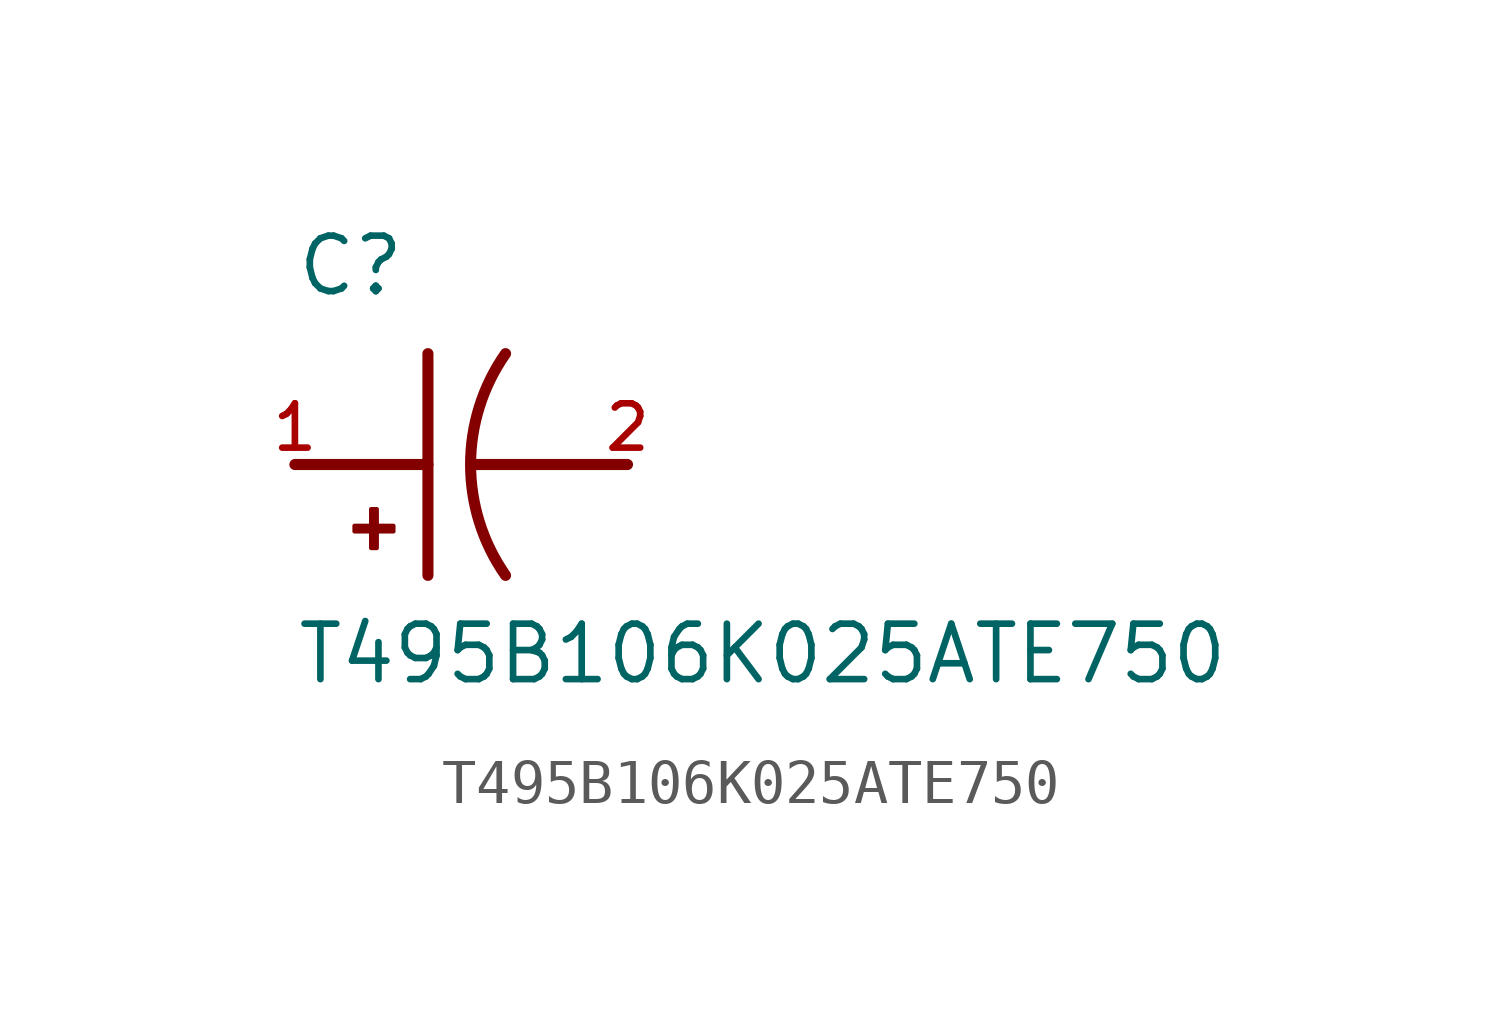
<source format=kicad_sym>
(kicad_symbol_lib
  (version 20211014)
  (generator kicad_symbol_editor)
  (symbol "T495B106K025ATE750"
    (pin_names
      (offset 1.016))
    (property "Reference" "C"
      (at -5.08 3.81 0)
      (effects (font (size 1.27 1.27)) (justify bottom left)))
    (property "Value" "T495B106K025ATE750"
      (at -5.08 -5.08 0)
      (effects (font (size 1.27 1.27)) (justify bottom left)))
    (symbol "T495B106K025ATE750_0_0"
      (arc (start -0.254 -2.54) (mid -1.0549 -0.0) (end -0.254 2.54) (stroke (width 0.254) (type default) (color 0 0 0 0)) (fill (type none)))
      (polyline (pts (xy -1.016 0.0) (xy 2.54 0.0)) (stroke (width 0.254)))
      (polyline (pts (xy -5.08 0.0) (xy -2.032 0.0)) (stroke (width 0.254)))
      (polyline (pts (xy -2.032 2.54) (xy -2.032 -2.54)) (stroke (width 0.254)))
      (rectangle (start -3.713 -1.532) (end -2.824 -1.405) (stroke (width 0.1)) (fill (type outline)))
      (rectangle (start -3.332 -1.913) (end -3.205 -1.024) (stroke (width 0.1)) (fill (type outline)))
      (pin passive line (at -5.08 0.0 0) (length 0) (name "~" (effects (font (size 1.016 1.016)))) (number "1" (effects (font (size 1.016 1.016)))))
      (pin passive line (at 2.54 0.0 180.0) (length 0) (name "~" (effects (font (size 1.016 1.016)))) (number "2" (effects (font (size 1.016 1.016))))))))
</source>
